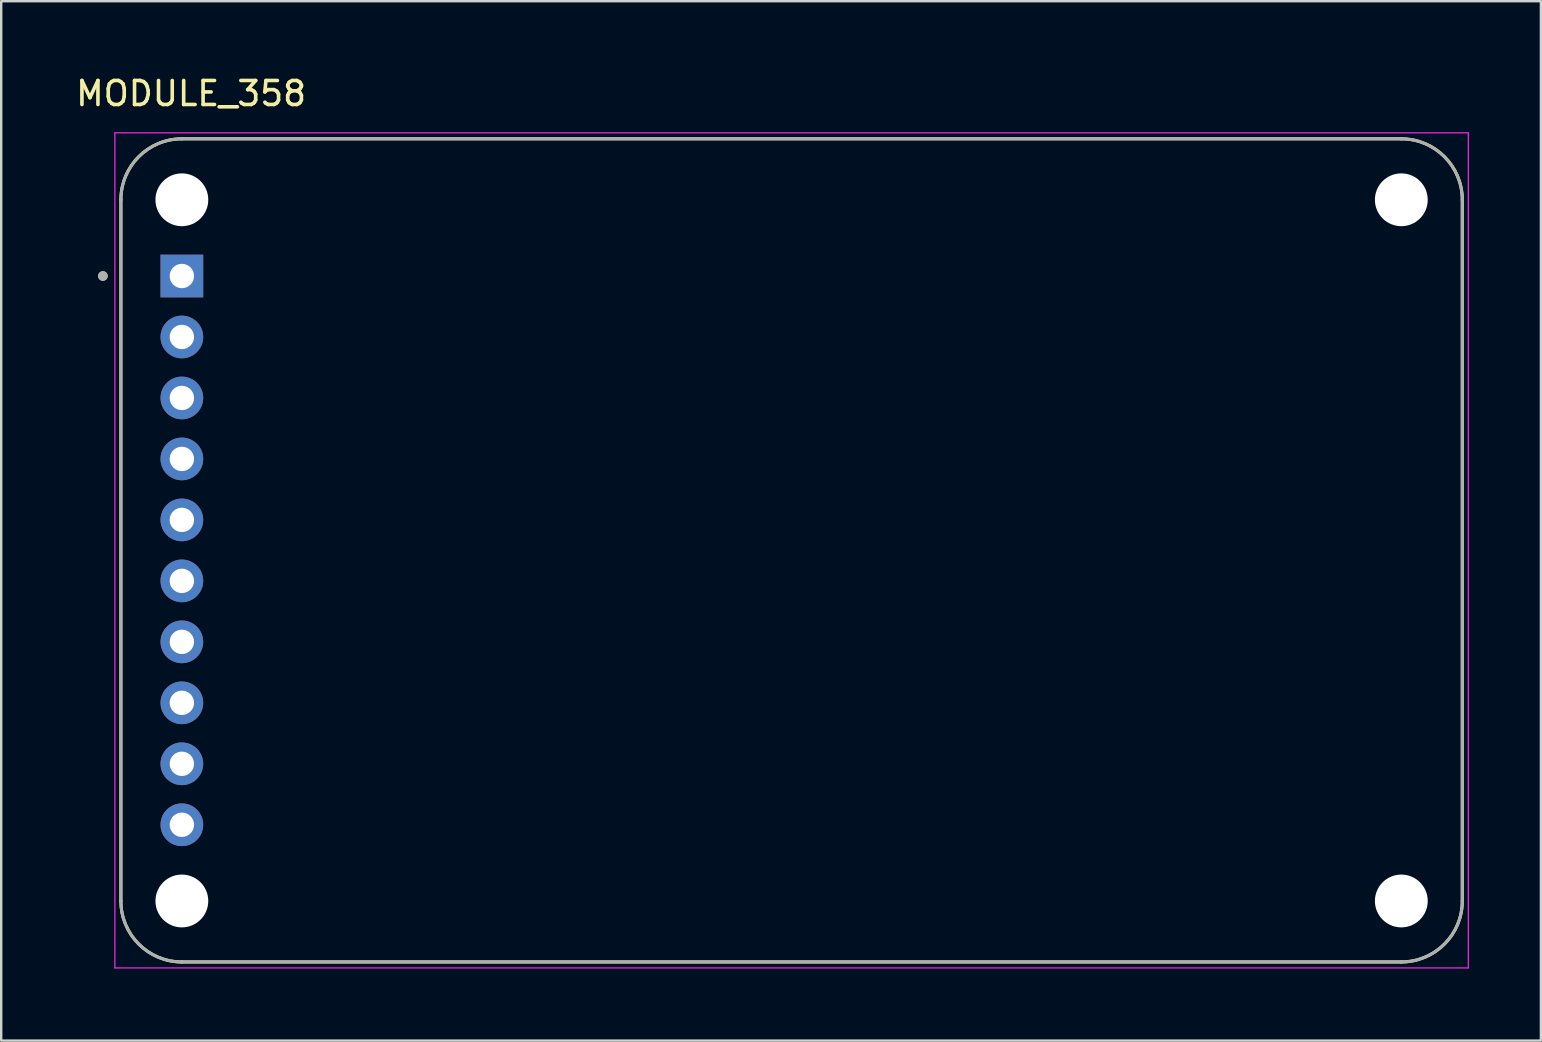
<source format=kicad_pcb>
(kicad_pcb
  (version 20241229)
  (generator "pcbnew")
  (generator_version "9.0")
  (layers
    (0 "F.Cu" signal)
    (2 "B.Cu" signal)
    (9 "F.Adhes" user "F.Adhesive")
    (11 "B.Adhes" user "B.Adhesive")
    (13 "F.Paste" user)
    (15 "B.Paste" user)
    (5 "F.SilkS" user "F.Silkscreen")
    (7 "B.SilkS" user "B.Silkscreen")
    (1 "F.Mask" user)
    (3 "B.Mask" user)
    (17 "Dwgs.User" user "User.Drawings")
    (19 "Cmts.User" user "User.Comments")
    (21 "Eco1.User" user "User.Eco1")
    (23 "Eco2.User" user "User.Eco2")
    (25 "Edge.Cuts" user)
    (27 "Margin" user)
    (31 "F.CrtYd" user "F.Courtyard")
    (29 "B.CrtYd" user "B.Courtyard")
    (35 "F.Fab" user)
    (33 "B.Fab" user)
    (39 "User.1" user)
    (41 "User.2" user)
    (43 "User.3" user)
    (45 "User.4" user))
  (footprint "MODULE_358"
    (layer "F.Cu")
    (at 29.926 19.878)
    (property "Reference" "MODULE_358" (at -25.015 -19.03 0) (layer "F.SilkS") (effects (font (size 1 1) (thickness 0.15))))
    (attr through_hole)
    (fp_line (start -27.94 -14.605) (end -27.94 14.605) (stroke (width 0.127) (type solid)) (layer "F.SilkS"))
    (fp_line (start -25.4 17.145) (end 25.4 17.145) (stroke (width 0.127) (type solid)) (layer "F.SilkS"))
    (fp_line (start 25.4 -17.145) (end -25.4 -17.145) (stroke (width 0.127) (type solid)) (layer "F.SilkS"))
    (fp_line (start 27.94 14.605) (end 27.94 -14.605) (stroke (width 0.127) (type solid)) (layer "F.SilkS"))
    (fp_arc (start -27.94 -14.605) (mid -27.196051 -16.401051) (end -25.4 -17.145) (stroke (width 0.127) (type solid)) (layer "F.SilkS"))
    (fp_arc (start -25.4 17.145) (mid -27.196051 16.401051) (end -27.94 14.605) (stroke (width 0.127) (type solid)) (layer "F.SilkS"))
    (fp_arc (start 25.4 -17.145) (mid 27.196051 -16.401051) (end 27.94 -14.605) (stroke (width 0.127) (type solid)) (layer "F.SilkS"))
    (fp_arc (start 27.94 14.605) (mid 27.196051 16.401051) (end 25.4 17.145) (stroke (width 0.127) (type solid)) (layer "F.SilkS"))
    (fp_circle (center -28.69 -11.43) (end -28.59 -11.43) (stroke (width 0.2) (type solid)) (fill no) (layer "F.SilkS"))
    (fp_line (start -28.19 -17.395) (end -28.19 17.395) (stroke (width 0.05) (type solid)) (layer "F.CrtYd"))
    (fp_line (start -28.19 17.395) (end 28.19 17.395) (stroke (width 0.05) (type solid)) (layer "F.CrtYd"))
    (fp_line (start 28.19 -17.395) (end -28.19 -17.395) (stroke (width 0.05) (type solid)) (layer "F.CrtYd"))
    (fp_line (start 28.19 17.395) (end 28.19 -17.395) (stroke (width 0.05) (type solid)) (layer "F.CrtYd"))
    (fp_line (start -27.94 -14.605) (end -27.94 14.605) (stroke (width 0.127) (type solid)) (layer "F.Fab"))
    (fp_line (start -25.4 17.145) (end 25.4 17.145) (stroke (width 0.127) (type solid)) (layer "F.Fab"))
    (fp_line (start 25.4 -17.145) (end -25.4 -17.145) (stroke (width 0.127) (type solid)) (layer "F.Fab"))
    (fp_line (start 27.94 14.605) (end 27.94 -14.605) (stroke (width 0.127) (type solid)) (layer "F.Fab"))
    (fp_arc (start -27.94 -14.605) (mid -27.196051 -16.401051) (end -25.4 -17.145) (stroke (width 0.127) (type solid)) (layer "F.Fab"))
    (fp_arc (start -25.4 17.145) (mid -27.196051 16.401051) (end -27.94 14.605) (stroke (width 0.127) (type solid)) (layer "F.Fab"))
    (fp_arc (start 25.4 -17.145) (mid 27.196051 -16.401051) (end 27.94 -14.605) (stroke (width 0.127) (type solid)) (layer "F.Fab"))
    (fp_arc (start 27.94 14.605) (mid 27.196051 16.401051) (end 25.4 17.145) (stroke (width 0.127) (type solid)) (layer "F.Fab"))
    (fp_circle (center -28.69 -11.43) (end -28.59 -11.43) (stroke (width 0.2) (type solid)) (fill no) (layer "F.Fab"))
    (pad "" np_thru_hole circle (at -25.4 -14.605) (size 2.2 2.2) (drill 2.2) (layers "*.Cu" "*.Mask"))
    (pad "" np_thru_hole circle (at -25.4 14.605) (size 2.2 2.2) (drill 2.2) (layers "*.Cu" "*.Mask"))
    (pad "" np_thru_hole circle (at 25.4 -14.605) (size 2.2 2.2) (drill 2.2) (layers "*.Cu" "*.Mask"))
    (pad "" np_thru_hole circle (at 25.4 14.605) (size 2.2 2.2) (drill 2.2) (layers "*.Cu" "*.Mask"))
    (pad "1" thru_hole rect (at -25.4 -11.43) (size 1.778 1.778) (drill 1.016) (layers "*.Cu" "*.Mask"))
    (pad "2" thru_hole circle (at -25.4 -8.89) (size 1.778 1.778) (drill 1.016) (layers "*.Cu" "*.Mask"))
    (pad "3" thru_hole circle (at -25.4 -6.35) (size 1.778 1.778) (drill 1.016) (layers "*.Cu" "*.Mask"))
    (pad "4" thru_hole circle (at -25.4 -3.81) (size 1.778 1.778) (drill 1.016) (layers "*.Cu" "*.Mask"))
    (pad "5" thru_hole circle (at -25.4 -1.27) (size 1.778 1.778) (drill 1.016) (layers "*.Cu" "*.Mask"))
    (pad "6" thru_hole circle (at -25.4 1.27) (size 1.778 1.778) (drill 1.016) (layers "*.Cu" "*.Mask"))
    (pad "7" thru_hole circle (at -25.4 3.81) (size 1.778 1.778) (drill 1.016) (layers "*.Cu" "*.Mask"))
    (pad "8" thru_hole circle (at -25.4 6.35) (size 1.778 1.778) (drill 1.016) (layers "*.Cu" "*.Mask"))
    (pad "9" thru_hole circle (at -25.4 8.89) (size 1.778 1.778) (drill 1.016) (layers "*.Cu" "*.Mask"))
    (pad "10" thru_hole circle (at -25.4 11.43) (size 1.778 1.778) (drill 1.016) (layers "*.Cu" "*.Mask")))
  (gr_rect
    (start -3 -3)
    (end 61.141 40.298)
    (stroke (width 0.1) (type default))
    (fill no)
    (layer "Edge.Cuts")))
</source>
